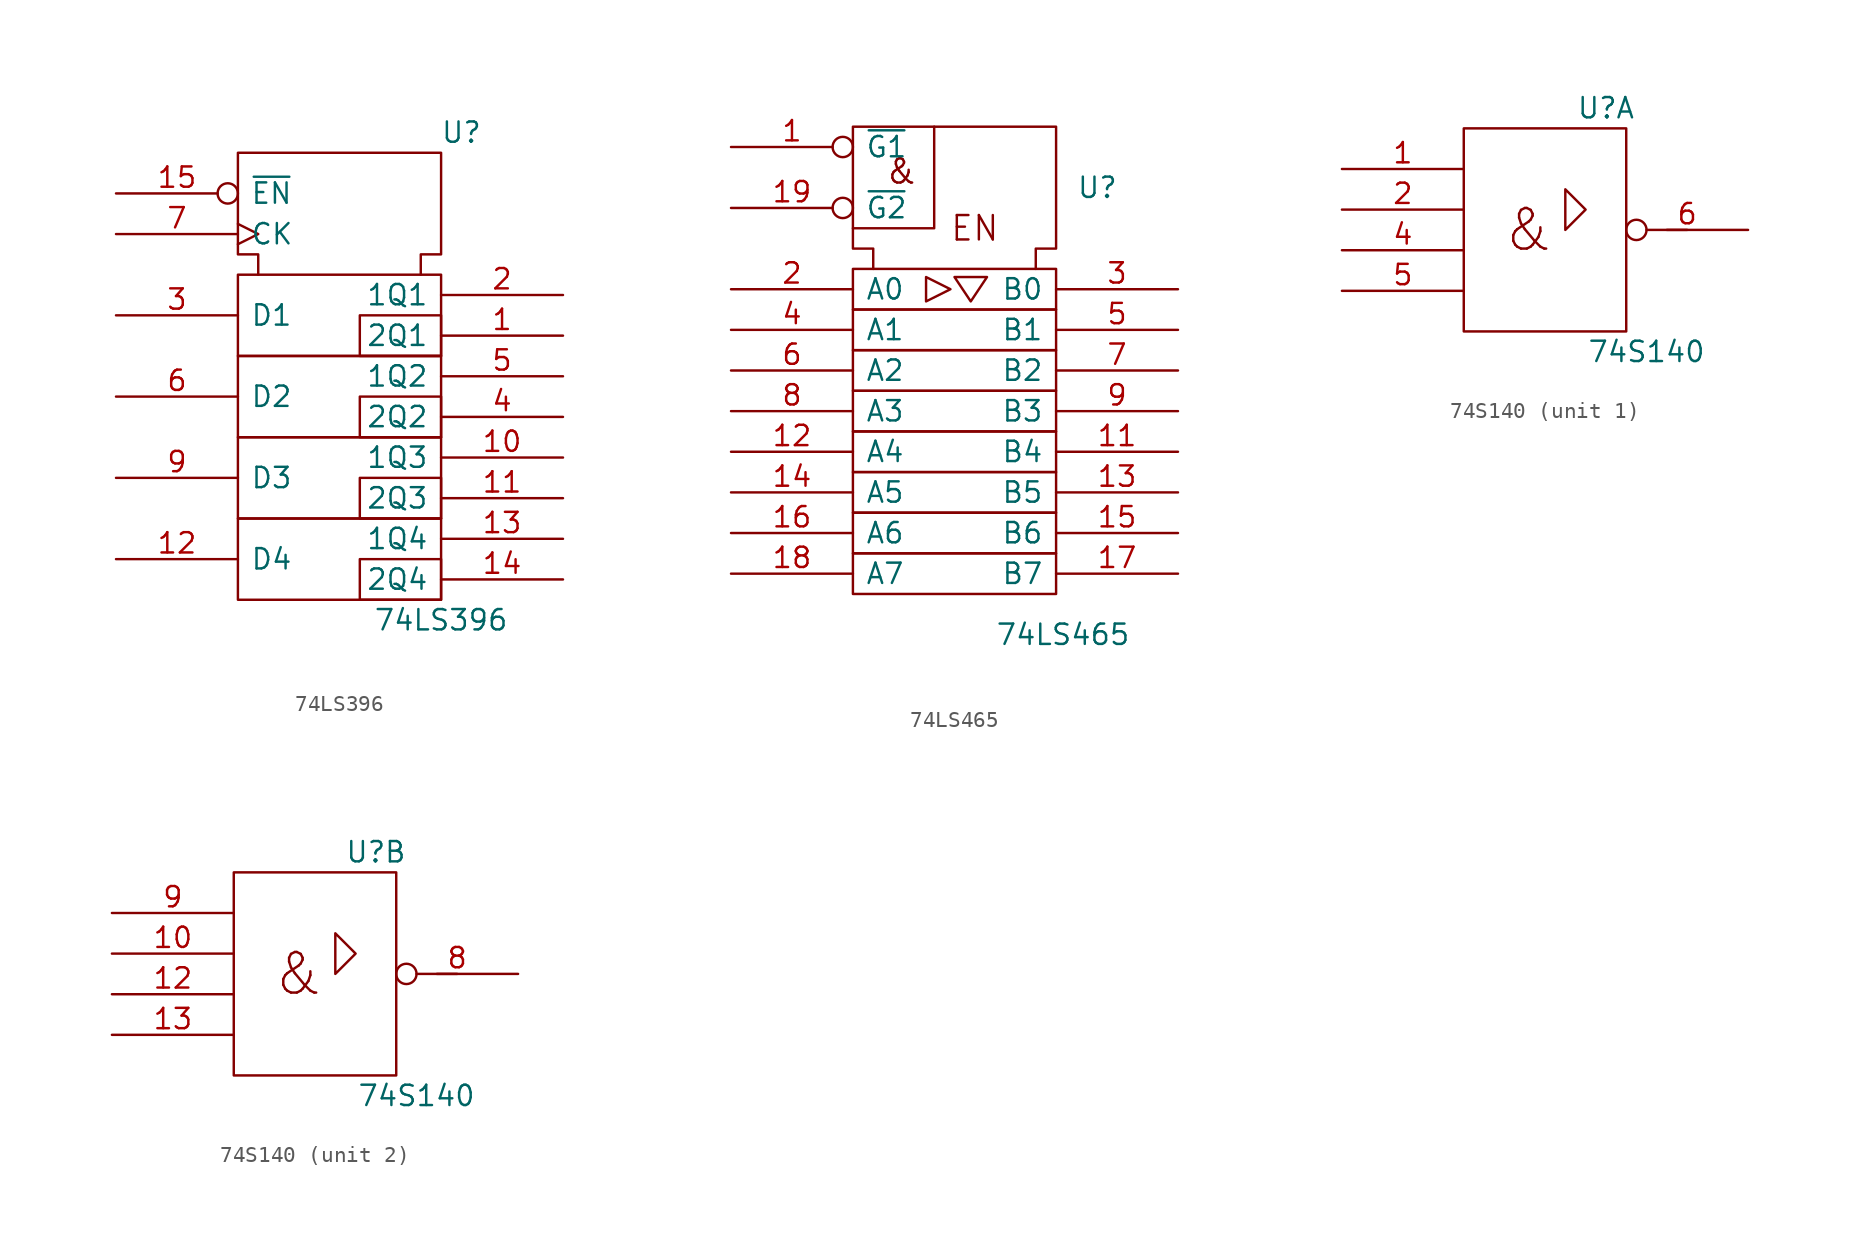
<source format=kicad_sym>
(kicad_symbol_lib
  (version 20231120)
  (generator "kicad_symbol_editor")
  (generator_version "8.0")
  (symbol "74LS396"
    (pin_names
      (offset 0.762))
    (property "Reference" "U"
      (at 7.62 10.16 0)
      (effects (font (size 1.27 1.27))))
    (property "Value" "74LS396"
      (at 6.35 -20.32 0)
      (effects (font (size 1.27 1.27))))
    (symbol "74LS396_0_0"
      (rectangle (start -6.35 -13.97) (end 6.35 -19.05) (stroke (width 0) (type default)) (fill (type none)))
      (rectangle (start -6.35 -8.89) (end 6.35 -13.97) (stroke (width 0) (type default)) (fill (type none)))
      (rectangle (start -6.35 -3.81) (end 6.35 -8.89) (stroke (width 0) (type default)) (fill (type none)))
      (rectangle (start -6.35 1.27) (end 6.35 -3.81) (stroke (width 0) (type default)) (fill (type none)))
      (rectangle (start 6.35 -16.51) (end 1.27 -19.05) (stroke (width 0) (type default)) (fill (type none)))
      (rectangle (start 6.35 -11.43) (end 1.27 -13.97) (stroke (width 0) (type default)) (fill (type none)))
      (rectangle (start 6.35 -6.35) (end 1.27 -8.89) (stroke (width 0) (type default)) (fill (type none)))
      (rectangle (start 6.35 -1.27) (end 1.27 -3.81) (stroke (width 0) (type default)) (fill (type none))))
    (symbol "74LS396_0_1"
      (polyline (pts (xy -5.08 1.27) (xy -5.08 2.54) (xy -6.35 2.54) (xy -6.35 8.89) (xy 6.35 8.89) (xy 6.35 2.54) (xy 5.08 2.54) (xy 5.08 1.27) (xy 5.08 1.27)) (stroke (width 0) (type default)) (fill (type none))))
    (symbol "74LS396_1_1"
      (pin output line (at 13.97 -2.54 180) (length 7.62) (name "2Q1" (effects (font (size 1.27 1.27)))) (number "1" (effects (font (size 1.27 1.27)))))
      (pin output line (at 13.97 -10.16 180) (length 7.62) (name "1Q3" (effects (font (size 1.27 1.27)))) (number "10" (effects (font (size 1.27 1.27)))))
      (pin output line (at 13.97 -12.7 180) (length 7.62) (name "2Q3" (effects (font (size 1.27 1.27)))) (number "11" (effects (font (size 1.27 1.27)))))
      (pin input line (at -13.97 -16.51 0) (length 7.62) (name "D4" (effects (font (size 1.27 1.27)))) (number "12" (effects (font (size 1.27 1.27)))))
      (pin output line (at 13.97 -15.24 180) (length 7.62) (name "1Q4" (effects (font (size 1.27 1.27)))) (number "13" (effects (font (size 1.27 1.27)))))
      (pin output line (at 13.97 -17.78 180) (length 7.62) (name "2Q4" (effects (font (size 1.27 1.27)))) (number "14" (effects (font (size 1.27 1.27)))))
      (pin input inverted (at -13.97 6.35 0) (length 7.62) (name "~{EN}" (effects (font (size 1.27 1.27)))) (number "15" (effects (font (size 1.27 1.27)))))
      (pin power_in line (at 3.81 8.89 270) (length 0) hide (name "Vdd" (effects (font (size 1.27 1.27)))) (number "16" (effects (font (size 1.27 1.27)))))
      (pin output line (at 13.97 0 180) (length 7.62) (name "1Q1" (effects (font (size 1.27 1.27)))) (number "2" (effects (font (size 1.27 1.27)))))
      (pin input line (at -13.97 -1.27 0) (length 7.62) (name "D1" (effects (font (size 1.27 1.27)))) (number "3" (effects (font (size 1.27 1.27)))))
      (pin output line (at 13.97 -7.62 180) (length 7.62) (name "2Q2" (effects (font (size 1.27 1.27)))) (number "4" (effects (font (size 1.27 1.27)))))
      (pin output line (at 13.97 -5.08 180) (length 7.62) (name "1Q2" (effects (font (size 1.27 1.27)))) (number "5" (effects (font (size 1.27 1.27)))))
      (pin input line (at -13.97 -6.35 0) (length 7.62) (name "D2" (effects (font (size 1.27 1.27)))) (number "6" (effects (font (size 1.27 1.27)))))
      (pin input clock (at -13.97 3.81 0) (length 7.62) (name "CK" (effects (font (size 1.27 1.27)))) (number "7" (effects (font (size 1.27 1.27)))))
      (pin power_in line (at 0 8.89 270) (length 0) hide (name "Vss" (effects (font (size 1.27 1.27)))) (number "8" (effects (font (size 1.27 1.27)))))
      (pin input line (at -13.97 -11.43 0) (length 7.62) (name "D3" (effects (font (size 1.27 1.27)))) (number "9" (effects (font (size 1.27 1.27)))))))
  (symbol "74LS465"
    (pin_names
      (offset 0.762))
    (property "Reference" "U"
      (at 7.62 12.7 0)
      (effects (font (size 1.27 1.27)) (justify left)))
    (property "Value" "74LS465"
      (at 2.54 -15.24 0)
      (effects (font (size 1.27 1.27)) (justify left)))
    (symbol "74LS465_0_0"
      (polyline (pts (xy -1.27 16.51) (xy -1.27 10.16) (xy -6.35 10.16) (xy -6.35 10.16)) (stroke (width 0) (type default)) (fill (type none)))
      (polyline (pts (xy -1.778 7.112) (xy -1.778 5.588) (xy -0.254 6.35) (xy -1.778 7.112) (xy -1.778 7.112)) (stroke (width 0) (type default)) (fill (type none)))
      (polyline (pts (xy 0 7.112) (xy 2.032 7.112) (xy 1.016 5.588) (xy 0 7.112) (xy 0 7.112)) (stroke (width 0) (type default)) (fill (type none)))
      (text "&" (at -3.302 13.716 0) (effects (font (size 1.524 1.524))))
      (text "EN" (at 1.27 10.16 0) (effects (font (size 1.524 1.524))))
      (pin power_in line (at 1.27 16.51 270) (length 0) hide (name "GND" (effects (font (size 1.27 1.27)))) (number "10" (effects (font (size 1.27 1.27)))))
      (pin power_in line (at 5.08 16.51 270) (length 0) hide (name "VCC" (effects (font (size 1.27 1.27)))) (number "20" (effects (font (size 1.27 1.27))))))
    (symbol "74LS465_0_1"
      (rectangle (start -6.35 -10.16) (end 6.35 -12.7) (stroke (width 0) (type default)) (fill (type none)))
      (rectangle (start -6.35 -7.62) (end 6.35 -10.16) (stroke (width 0) (type default)) (fill (type none)))
      (rectangle (start -6.35 -5.08) (end 6.35 -7.62) (stroke (width 0) (type default)) (fill (type none)))
      (rectangle (start -6.35 -2.54) (end 6.35 -5.08) (stroke (width 0) (type default)) (fill (type none)))
      (rectangle (start -6.35 0) (end 6.35 -2.54) (stroke (width 0) (type default)) (fill (type none)))
      (rectangle (start -6.35 2.54) (end 6.35 0) (stroke (width 0) (type default)) (fill (type none)))
      (rectangle (start -6.35 5.08) (end 6.35 2.54) (stroke (width 0) (type default)) (fill (type none)))
      (rectangle (start -6.35 7.62) (end 6.35 5.08) (stroke (width 0) (type default)) (fill (type none)))
      (polyline (pts (xy -5.08 7.62) (xy -5.08 8.89) (xy -6.35 8.89) (xy -6.35 16.51) (xy 6.35 16.51) (xy 6.35 8.89) (xy 5.08 8.89) (xy 5.08 7.62) (xy 5.08 7.62)) (stroke (width 0) (type default)) (fill (type none))))
    (symbol "74LS465_1_1"
      (pin input inverted (at -13.97 15.24 0) (length 7.62) (name "~{G1}" (effects (font (size 1.27 1.27)))) (number "1" (effects (font (size 1.27 1.27)))))
      (pin tri_state line (at 13.97 -3.81 180) (length 7.62) (name "B4" (effects (font (size 1.27 1.27)))) (number "11" (effects (font (size 1.27 1.27)))))
      (pin tri_state line (at -13.97 -3.81 0) (length 7.62) (name "A4" (effects (font (size 1.27 1.27)))) (number "12" (effects (font (size 1.27 1.27)))))
      (pin tri_state line (at 13.97 -6.35 180) (length 7.62) (name "B5" (effects (font (size 1.27 1.27)))) (number "13" (effects (font (size 1.27 1.27)))))
      (pin tri_state line (at -13.97 -6.35 0) (length 7.62) (name "A5" (effects (font (size 1.27 1.27)))) (number "14" (effects (font (size 1.27 1.27)))))
      (pin tri_state line (at 13.97 -8.89 180) (length 7.62) (name "B6" (effects (font (size 1.27 1.27)))) (number "15" (effects (font (size 1.27 1.27)))))
      (pin tri_state line (at -13.97 -8.89 0) (length 7.62) (name "A6" (effects (font (size 1.27 1.27)))) (number "16" (effects (font (size 1.27 1.27)))))
      (pin tri_state line (at 13.97 -11.43 180) (length 7.62) (name "B7" (effects (font (size 1.27 1.27)))) (number "17" (effects (font (size 1.27 1.27)))))
      (pin tri_state line (at -13.97 -11.43 0) (length 7.62) (name "A7" (effects (font (size 1.27 1.27)))) (number "18" (effects (font (size 1.27 1.27)))))
      (pin input inverted (at -13.97 11.43 0) (length 7.62) (name "~{G2}" (effects (font (size 1.27 1.27)))) (number "19" (effects (font (size 1.27 1.27)))))
      (pin tri_state line (at -13.97 6.35 0) (length 7.62) (name "A0" (effects (font (size 1.27 1.27)))) (number "2" (effects (font (size 1.27 1.27)))))
      (pin tri_state line (at 13.97 6.35 180) (length 7.62) (name "B0" (effects (font (size 1.27 1.27)))) (number "3" (effects (font (size 1.27 1.27)))))
      (pin tri_state line (at -13.97 3.81 0) (length 7.62) (name "A1" (effects (font (size 1.27 1.27)))) (number "4" (effects (font (size 1.27 1.27)))))
      (pin tri_state line (at 13.97 3.81 180) (length 7.62) (name "B1" (effects (font (size 1.27 1.27)))) (number "5" (effects (font (size 1.27 1.27)))))
      (pin tri_state line (at -13.97 1.27 0) (length 7.62) (name "A2" (effects (font (size 1.27 1.27)))) (number "6" (effects (font (size 1.27 1.27)))))
      (pin tri_state line (at 13.97 1.27 180) (length 7.62) (name "B2" (effects (font (size 1.27 1.27)))) (number "7" (effects (font (size 1.27 1.27)))))
      (pin tri_state line (at -13.97 -1.27 0) (length 7.62) (name "A3" (effects (font (size 1.27 1.27)))) (number "8" (effects (font (size 1.27 1.27)))))
      (pin tri_state line (at 13.97 -1.27 180) (length 7.62) (name "B3" (effects (font (size 1.27 1.27)))) (number "9" (effects (font (size 1.27 1.27)))))))
  (symbol "74S140"
    (pin_names
      (offset 0.762))
    (property "Reference" "U"
      (at 3.81 7.62 0)
      (effects (font (size 1.27 1.27))))
    (property "Value" "74S140"
      (at 6.35 -7.62 0)
      (effects (font (size 1.27 1.27))))
    (symbol "74S140_0_0"
      (rectangle (start -5.08 6.35) (end 5.08 -6.35) (stroke (width 0) (type default)) (fill (type none)))
      (polyline (pts (xy 1.27 0) (xy 1.27 2.54) (xy 2.54 1.27) (xy 1.27 0) (xy 1.27 0)) (stroke (width 0) (type default)) (fill (type none)))
      (text "&" (at -1.016 0 0) (effects (font (size 2.54 2.54)))))
    (symbol "74S140_0_1"
      (rectangle (start 8.89 0) (end 7.62 0) (stroke (width 0) (type default)) (fill (type none)))
      (pin power_in line (at 0 6.35 270) (length 0) hide (name "Vcc" (effects (font (size 1.27 1.27)))) (number "14" (effects (font (size 1.27 1.27)))))
      (pin power_in line (at 0 -6.35 90) (length 0) hide (name "Gnd" (effects (font (size 1.27 1.27)))) (number "7" (effects (font (size 1.27 1.27))))))
    (symbol "74S140_1_1"
      (pin input line (at -12.7 3.81 0) (length 7.62) (name "~" (effects (font (size 1.27 1.27)))) (number "1" (effects (font (size 1.27 1.27)))))
      (pin input line (at -12.7 1.27 0) (length 7.62) (name "~" (effects (font (size 1.27 1.27)))) (number "2" (effects (font (size 1.27 1.27)))))
      (pin input line (at -12.7 -1.27 0) (length 7.62) (name "~" (effects (font (size 1.27 1.27)))) (number "4" (effects (font (size 1.27 1.27)))))
      (pin input line (at -12.7 -3.81 0) (length 7.62) (name "~" (effects (font (size 1.27 1.27)))) (number "5" (effects (font (size 1.27 1.27)))))
      (pin output inverted (at 12.7 0 180) (length 7.62) (name "~" (effects (font (size 1.27 1.27)))) (number "6" (effects (font (size 1.27 1.27))))))
    (symbol "74S140_2_1"
      (pin input line (at -12.7 1.27 0) (length 7.62) (name "~" (effects (font (size 1.27 1.27)))) (number "10" (effects (font (size 1.27 1.27)))))
      (pin input line (at -12.7 -1.27 0) (length 7.62) (name "~" (effects (font (size 1.27 1.27)))) (number "12" (effects (font (size 1.27 1.27)))))
      (pin input line (at -12.7 -3.81 0) (length 7.62) (name "~" (effects (font (size 1.27 1.27)))) (number "13" (effects (font (size 1.27 1.27)))))
      (pin output inverted (at 12.7 0 180) (length 7.62) (name "~" (effects (font (size 1.27 1.27)))) (number "8" (effects (font (size 1.27 1.27)))))
      (pin input line (at -12.7 3.81 0) (length 7.62) (name "~" (effects (font (size 1.27 1.27)))) (number "9" (effects (font (size 1.27 1.27))))))))
</source>
